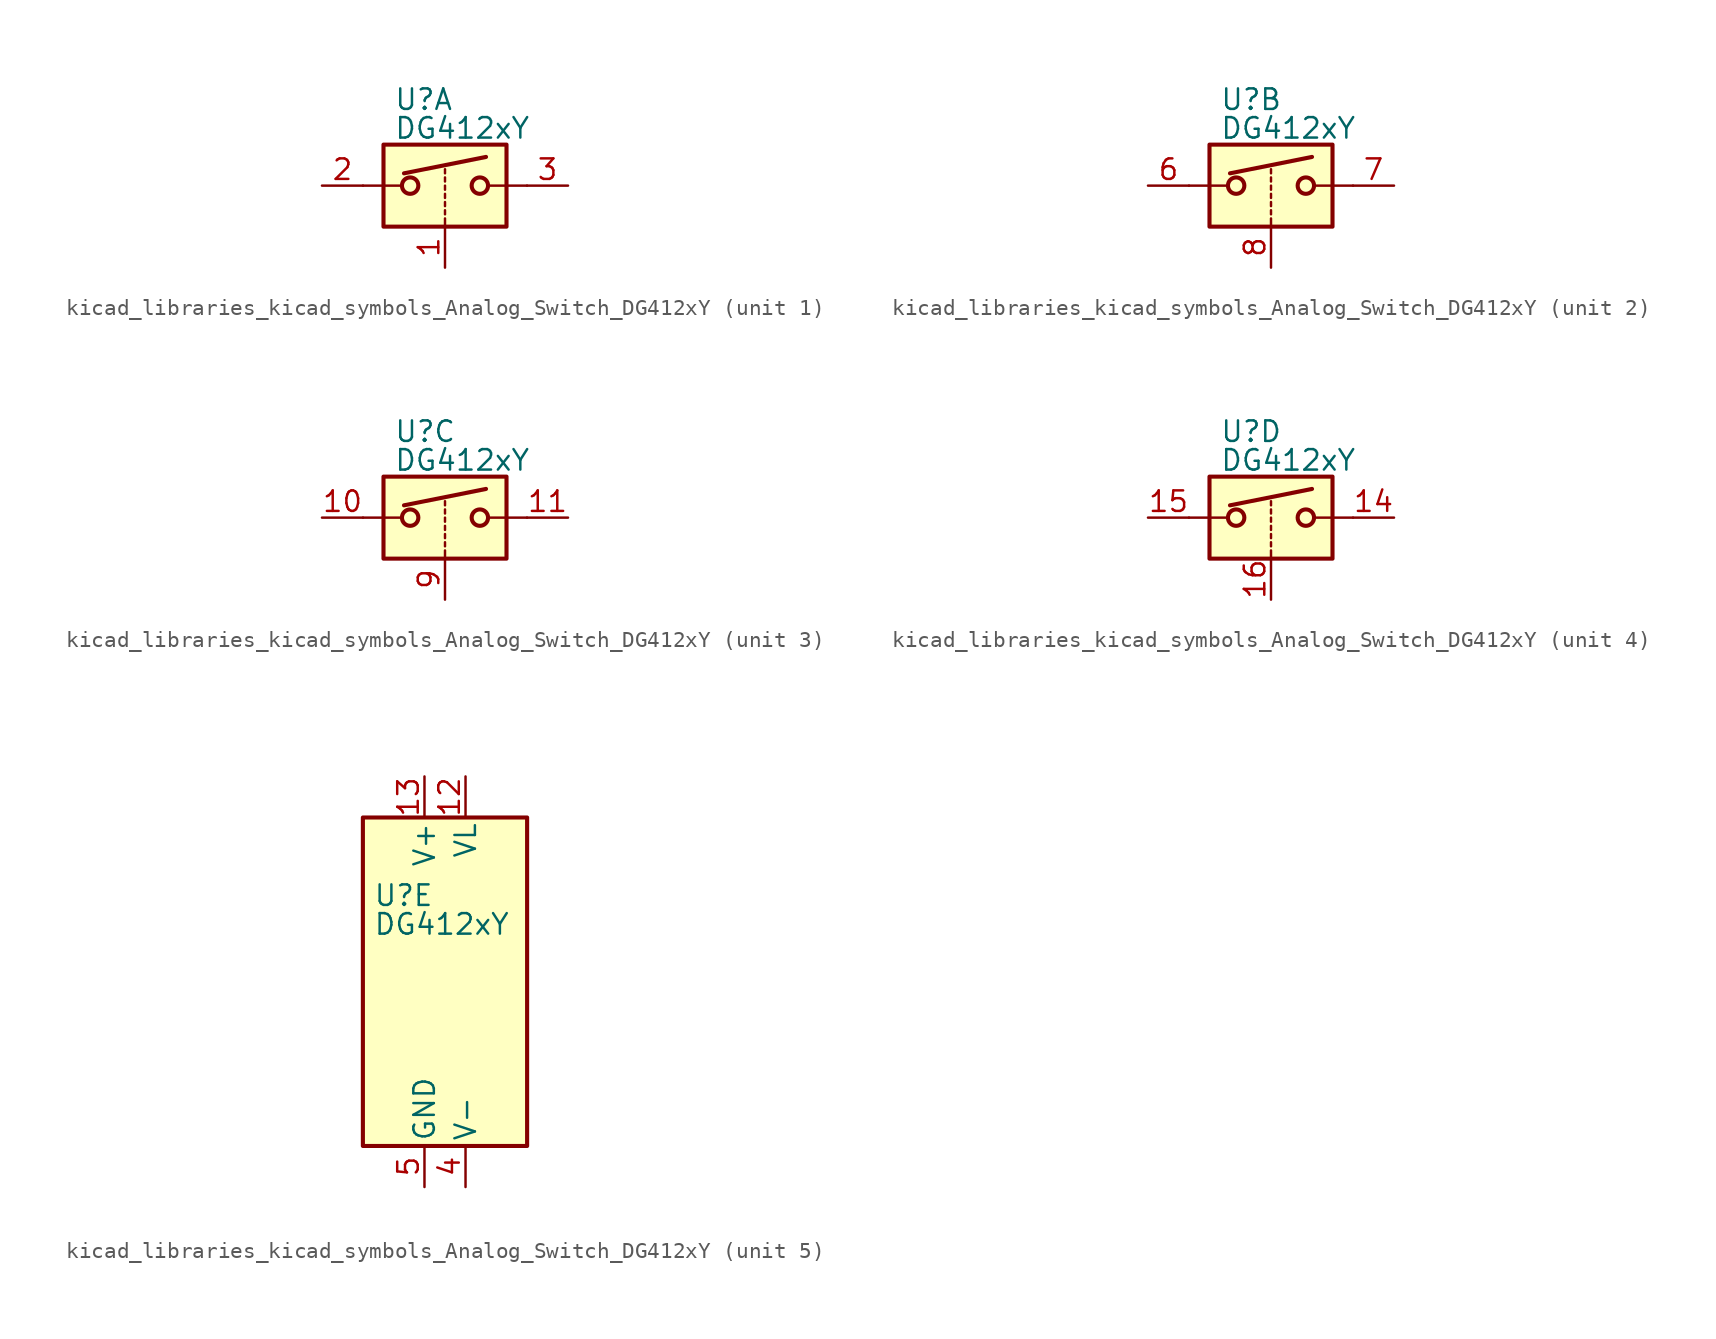
<source format=kicad_sym>
(kicad_symbol_lib
  (version 20220914)
  (generator kicad_symbol_editor)
  (symbol "kicad_libraries_kicad_symbols_Analog_Switch_DG412xY"
    (pin_names
      (offset 0.254))
    (property "Reference" "U"
      (at -3.175 5.334 0)
      (effects (font (size 1.27 1.27)) (justify left)))
    (property "Value" "DG412xY"
      (at -3.175 3.556 0)
      (effects (font (size 1.27 1.27)) (justify left)))
    (symbol "kicad_libraries_kicad_symbols_Analog_Switch_DG412xY_1_1"
      (rectangle (start -3.81 2.54) (end 3.81 -2.54) (stroke (width 0.254) (type default)) (fill (type background)))
      (circle (center -2.159 0) (radius 0.508) (stroke (width 0.254) (type default)) (fill (type none)))
      (polyline (pts (xy -5.08 0) (xy -2.794 0)) (stroke (width 0) (type default)) (fill (type none)))
      (polyline (pts (xy -2.54 0.762) (xy 2.54 1.778)) (stroke (width 0.254) (type default)) (fill (type none)))
      (polyline (pts (xy 0 -2.54) (xy 0 -2.032)) (stroke (width 0) (type default)) (fill (type none)))
      (polyline (pts (xy 0 -1.778) (xy 0 -1.524)) (stroke (width 0) (type default)) (fill (type none)))
      (polyline (pts (xy 0 -1.27) (xy 0 -1.016)) (stroke (width 0) (type default)) (fill (type none)))
      (polyline (pts (xy 0 -0.762) (xy 0 -0.508)) (stroke (width 0) (type default)) (fill (type none)))
      (polyline (pts (xy 0 -0.254) (xy 0 0)) (stroke (width 0) (type default)) (fill (type none)))
      (polyline (pts (xy 0 0.254) (xy 0 0.508)) (stroke (width 0) (type default)) (fill (type none)))
      (polyline (pts (xy 0 0.762) (xy 0 1.016)) (stroke (width 0) (type default)) (fill (type none)))
      (polyline (pts (xy 5.08 0) (xy 2.794 0)) (stroke (width 0) (type default)) (fill (type none)))
      (circle (center 2.159 0) (radius 0.508) (stroke (width 0.254) (type default)) (fill (type none)))
      (pin input line (at 0 -5.08 90) (length 2.54) (name "~" (effects (font (size 1.27 1.27)))) (number "1" (effects (font (size 1.27 1.27)))))
      (pin passive line (at -7.62 0 0) (length 2.54) (name "~" (effects (font (size 1.27 1.27)))) (number "2" (effects (font (size 1.27 1.27)))))
      (pin passive line (at 7.62 0 180) (length 2.54) (name "~" (effects (font (size 1.27 1.27)))) (number "3" (effects (font (size 1.27 1.27))))))
    (symbol "kicad_libraries_kicad_symbols_Analog_Switch_DG412xY_2_1"
      (rectangle (start -3.81 2.54) (end 3.81 -2.54) (stroke (width 0.254) (type default)) (fill (type background)))
      (circle (center -2.159 0) (radius 0.508) (stroke (width 0.254) (type default)) (fill (type none)))
      (polyline (pts (xy -5.08 0) (xy -2.794 0)) (stroke (width 0) (type default)) (fill (type none)))
      (polyline (pts (xy -2.54 0.762) (xy 2.54 1.778)) (stroke (width 0.254) (type default)) (fill (type none)))
      (polyline (pts (xy 0 -2.54) (xy 0 -2.032)) (stroke (width 0) (type default)) (fill (type none)))
      (polyline (pts (xy 0 -1.778) (xy 0 -1.524)) (stroke (width 0) (type default)) (fill (type none)))
      (polyline (pts (xy 0 -1.27) (xy 0 -1.016)) (stroke (width 0) (type default)) (fill (type none)))
      (polyline (pts (xy 0 -0.762) (xy 0 -0.508)) (stroke (width 0) (type default)) (fill (type none)))
      (polyline (pts (xy 0 -0.254) (xy 0 0)) (stroke (width 0) (type default)) (fill (type none)))
      (polyline (pts (xy 0 0.254) (xy 0 0.508)) (stroke (width 0) (type default)) (fill (type none)))
      (polyline (pts (xy 0 0.762) (xy 0 1.016)) (stroke (width 0) (type default)) (fill (type none)))
      (polyline (pts (xy 5.08 0) (xy 2.794 0)) (stroke (width 0) (type default)) (fill (type none)))
      (circle (center 2.159 0) (radius 0.508) (stroke (width 0.254) (type default)) (fill (type none)))
      (pin passive line (at -7.62 0 0) (length 2.54) (name "~" (effects (font (size 1.27 1.27)))) (number "6" (effects (font (size 1.27 1.27)))))
      (pin passive line (at 7.62 0 180) (length 2.54) (name "~" (effects (font (size 1.27 1.27)))) (number "7" (effects (font (size 1.27 1.27)))))
      (pin input line (at 0 -5.08 90) (length 2.54) (name "~" (effects (font (size 1.27 1.27)))) (number "8" (effects (font (size 1.27 1.27))))))
    (symbol "kicad_libraries_kicad_symbols_Analog_Switch_DG412xY_3_1"
      (rectangle (start -3.81 2.54) (end 3.81 -2.54) (stroke (width 0.254) (type default)) (fill (type background)))
      (circle (center -2.159 0) (radius 0.508) (stroke (width 0.254) (type default)) (fill (type none)))
      (polyline (pts (xy -5.08 0) (xy -2.794 0)) (stroke (width 0) (type default)) (fill (type none)))
      (polyline (pts (xy -2.54 0.762) (xy 2.54 1.778)) (stroke (width 0.254) (type default)) (fill (type none)))
      (polyline (pts (xy 0 -2.54) (xy 0 -2.032)) (stroke (width 0) (type default)) (fill (type none)))
      (polyline (pts (xy 0 -1.778) (xy 0 -1.524)) (stroke (width 0) (type default)) (fill (type none)))
      (polyline (pts (xy 0 -1.27) (xy 0 -1.016)) (stroke (width 0) (type default)) (fill (type none)))
      (polyline (pts (xy 0 -0.762) (xy 0 -0.508)) (stroke (width 0) (type default)) (fill (type none)))
      (polyline (pts (xy 0 -0.254) (xy 0 0)) (stroke (width 0) (type default)) (fill (type none)))
      (polyline (pts (xy 0 0.254) (xy 0 0.508)) (stroke (width 0) (type default)) (fill (type none)))
      (polyline (pts (xy 0 0.762) (xy 0 1.016)) (stroke (width 0) (type default)) (fill (type none)))
      (polyline (pts (xy 5.08 0) (xy 2.794 0)) (stroke (width 0) (type default)) (fill (type none)))
      (circle (center 2.159 0) (radius 0.508) (stroke (width 0.254) (type default)) (fill (type none)))
      (pin passive line (at -7.62 0 0) (length 2.54) (name "~" (effects (font (size 1.27 1.27)))) (number "10" (effects (font (size 1.27 1.27)))))
      (pin passive line (at 7.62 0 180) (length 2.54) (name "~" (effects (font (size 1.27 1.27)))) (number "11" (effects (font (size 1.27 1.27)))))
      (pin input line (at 0 -5.08 90) (length 2.54) (name "~" (effects (font (size 1.27 1.27)))) (number "9" (effects (font (size 1.27 1.27))))))
    (symbol "kicad_libraries_kicad_symbols_Analog_Switch_DG412xY_4_1"
      (rectangle (start -3.81 2.54) (end 3.81 -2.54) (stroke (width 0.254) (type default)) (fill (type background)))
      (circle (center -2.159 0) (radius 0.508) (stroke (width 0.254) (type default)) (fill (type none)))
      (polyline (pts (xy -5.08 0) (xy -2.794 0)) (stroke (width 0) (type default)) (fill (type none)))
      (polyline (pts (xy -2.54 0.762) (xy 2.54 1.778)) (stroke (width 0.254) (type default)) (fill (type none)))
      (polyline (pts (xy 0 -2.54) (xy 0 -2.032)) (stroke (width 0) (type default)) (fill (type none)))
      (polyline (pts (xy 0 -1.778) (xy 0 -1.524)) (stroke (width 0) (type default)) (fill (type none)))
      (polyline (pts (xy 0 -1.27) (xy 0 -1.016)) (stroke (width 0) (type default)) (fill (type none)))
      (polyline (pts (xy 0 -0.762) (xy 0 -0.508)) (stroke (width 0) (type default)) (fill (type none)))
      (polyline (pts (xy 0 -0.254) (xy 0 0)) (stroke (width 0) (type default)) (fill (type none)))
      (polyline (pts (xy 0 0.254) (xy 0 0.508)) (stroke (width 0) (type default)) (fill (type none)))
      (polyline (pts (xy 0 0.762) (xy 0 1.016)) (stroke (width 0) (type default)) (fill (type none)))
      (polyline (pts (xy 5.08 0) (xy 2.794 0)) (stroke (width 0) (type default)) (fill (type none)))
      (circle (center 2.159 0) (radius 0.508) (stroke (width 0.254) (type default)) (fill (type none)))
      (pin passive line (at 7.62 0 180) (length 2.54) (name "~" (effects (font (size 1.27 1.27)))) (number "14" (effects (font (size 1.27 1.27)))))
      (pin passive line (at -7.62 0 0) (length 2.54) (name "~" (effects (font (size 1.27 1.27)))) (number "15" (effects (font (size 1.27 1.27)))))
      (pin input line (at 0 -5.08 90) (length 2.54) (name "~" (effects (font (size 1.27 1.27)))) (number "16" (effects (font (size 1.27 1.27))))))
    (symbol "kicad_libraries_kicad_symbols_Analog_Switch_DG412xY_5_0"
      (pin power_in line (at 2.54 12.7 270) (length 2.54) (name "VL" (effects (font (size 1.27 1.27)))) (number "12" (effects (font (size 1.27 1.27)))))
      (pin power_in line (at 0 12.7 270) (length 2.54) (name "V+" (effects (font (size 1.27 1.27)))) (number "13" (effects (font (size 1.27 1.27)))))
      (pin power_in line (at 2.54 -12.7 90) (length 2.54) (name "V-" (effects (font (size 1.27 1.27)))) (number "4" (effects (font (size 1.27 1.27)))))
      (pin power_in line (at 0 -12.7 90) (length 2.54) (name "GND" (effects (font (size 1.27 1.27)))) (number "5" (effects (font (size 1.27 1.27))))))
    (symbol "kicad_libraries_kicad_symbols_Analog_Switch_DG412xY_5_1"
      (rectangle (start -3.81 10.16) (end 6.35 -10.16) (stroke (width 0.254) (type default)) (fill (type background))))))
</source>
